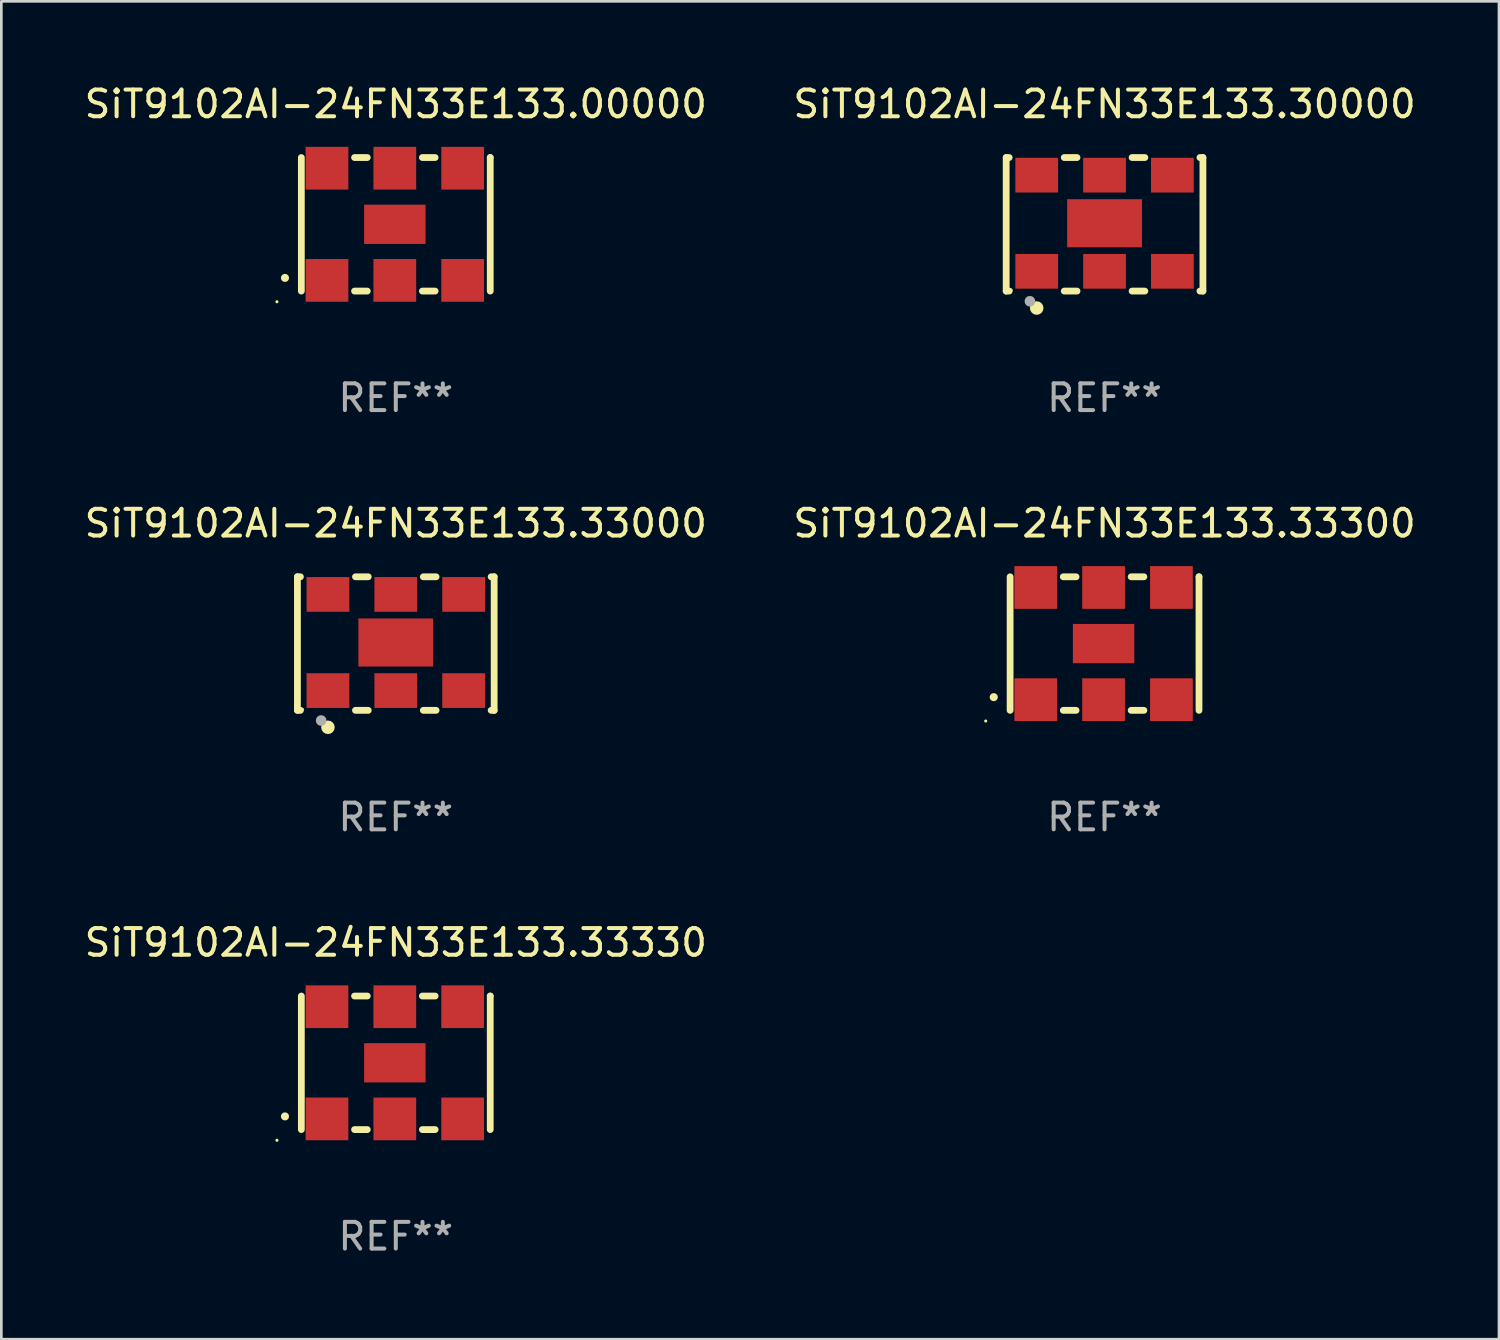
<source format=kicad_pcb>
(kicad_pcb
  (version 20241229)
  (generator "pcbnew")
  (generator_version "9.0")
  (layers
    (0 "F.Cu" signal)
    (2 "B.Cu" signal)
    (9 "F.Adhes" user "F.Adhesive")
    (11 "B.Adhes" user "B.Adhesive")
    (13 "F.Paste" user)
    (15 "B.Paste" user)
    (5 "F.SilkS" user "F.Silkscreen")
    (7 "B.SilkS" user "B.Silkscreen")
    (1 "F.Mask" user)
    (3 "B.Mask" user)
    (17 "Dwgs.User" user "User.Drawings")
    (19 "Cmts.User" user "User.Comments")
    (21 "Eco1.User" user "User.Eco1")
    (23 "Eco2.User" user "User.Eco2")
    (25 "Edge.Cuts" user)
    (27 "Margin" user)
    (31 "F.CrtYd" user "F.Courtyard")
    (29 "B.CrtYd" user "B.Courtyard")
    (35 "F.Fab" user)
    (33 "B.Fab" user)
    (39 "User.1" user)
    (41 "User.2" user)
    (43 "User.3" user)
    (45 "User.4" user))
  (footprint "SiT9102AI-24FN33E133.00000"
    (layer "F.Cu")
    (at 11.768 5.348)
    (property "Reference" "SiT9102AI-24FN33E133.00000" (at 0 -4.5 0) (layer "F.SilkS") (effects (font (size 1 1) (thickness 0.15))))
    (attr through_hole)
    (fp_line (start -3.536 -2.5) (end -3.536 2.5) (stroke (width 0.254) (type solid)) (layer "F.SilkS"))
    (fp_line (start -1.544 2.5) (end -1.067 2.5) (stroke (width 0.254) (type solid)) (layer "F.SilkS"))
    (fp_line (start -1.067 -2.5) (end -1.544 -2.5) (stroke (width 0.254) (type solid)) (layer "F.SilkS"))
    (fp_line (start 0.996 2.5) (end 1.473 2.5) (stroke (width 0.254) (type solid)) (layer "F.SilkS"))
    (fp_line (start 1.473 -2.5) (end 0.996 -2.5) (stroke (width 0.254) (type solid)) (layer "F.SilkS"))
    (fp_line (start 3.536 -2.5) (end 3.536 -2.5) (stroke (width 0.254) (type solid)) (layer "F.SilkS"))
    (fp_line (start 3.536 2.5) (end 3.536 -2.5) (stroke (width 0.254) (type solid)) (layer "F.SilkS"))
    (fp_arc (start -4.150432 2.006604) (mid -4.149162 2.006599) (end -4.147892 2.006604) (stroke (width 0.3) (type solid)) (layer "F.SilkS"))
    (fp_circle (center -4.449 2.9) (end -4.419 2.9) (stroke (width 0.06) (type solid)) (fill no) (layer "F.SilkS"))
    (fp_text user "REF**" (at 0 6.5 0) (layer "F.Fab") (effects (font (size 1 1) (thickness 0.15))))
    (pad "1" smd rect (at -2.576 2.1) (size 1.6 1.6) (layers "F.Cu" "F.Mask" "F.Paste"))
    (pad "2" smd rect (at -0.036 2.1) (size 1.6 1.6) (layers "F.Cu" "F.Mask" "F.Paste"))
    (pad "3" smd rect (at 2.504 2.1) (size 1.6 1.6) (layers "F.Cu" "F.Mask" "F.Paste"))
    (pad "4" smd rect (at 2.504 -2.1) (size 1.6 1.6) (layers "F.Cu" "F.Mask" "F.Paste"))
    (pad "5" smd rect (at -0.036 -2.1) (size 1.6 1.6) (layers "F.Cu" "F.Mask" "F.Paste"))
    (pad "6" smd rect (at -2.576 -2.1) (size 1.6 1.6) (layers "F.Cu" "F.Mask" "F.Paste"))
    (pad "7" smd rect (at -0.036 0) (size 2.3 1.47) (layers "F.Cu" "F.Mask" "F.Paste")))
  (footprint "SiT9102AI-24FN33E133.33300"
    (layer "F.Cu")
    (at 38.304 21.045)
    (property "Reference" "SiT9102AI-24FN33E133.33300" (at 0 -4.5 0) (layer "F.SilkS") (effects (font (size 1 1) (thickness 0.15))))
    (attr through_hole)
    (fp_line (start -3.536 -2.5) (end -3.536 2.5) (stroke (width 0.254) (type solid)) (layer "F.SilkS"))
    (fp_line (start -1.544 2.5) (end -1.067 2.5) (stroke (width 0.254) (type solid)) (layer "F.SilkS"))
    (fp_line (start -1.067 -2.5) (end -1.544 -2.5) (stroke (width 0.254) (type solid)) (layer "F.SilkS"))
    (fp_line (start 0.996 2.5) (end 1.473 2.5) (stroke (width 0.254) (type solid)) (layer "F.SilkS"))
    (fp_line (start 1.473 -2.5) (end 0.996 -2.5) (stroke (width 0.254) (type solid)) (layer "F.SilkS"))
    (fp_line (start 3.536 -2.5) (end 3.536 -2.5) (stroke (width 0.254) (type solid)) (layer "F.SilkS"))
    (fp_line (start 3.536 2.5) (end 3.536 -2.5) (stroke (width 0.254) (type solid)) (layer "F.SilkS"))
    (fp_arc (start -4.150432 2.006604) (mid -4.149162 2.006599) (end -4.147892 2.006604) (stroke (width 0.3) (type solid)) (layer "F.SilkS"))
    (fp_circle (center -4.449 2.9) (end -4.419 2.9) (stroke (width 0.06) (type solid)) (fill no) (layer "F.SilkS"))
    (fp_text user "REF**" (at 0 6.5 0) (layer "F.Fab") (effects (font (size 1 1) (thickness 0.15))))
    (pad "1" smd rect (at -2.576 2.1) (size 1.6 1.6) (layers "F.Cu" "F.Mask" "F.Paste"))
    (pad "2" smd rect (at -0.036 2.1) (size 1.6 1.6) (layers "F.Cu" "F.Mask" "F.Paste"))
    (pad "3" smd rect (at 2.504 2.1) (size 1.6 1.6) (layers "F.Cu" "F.Mask" "F.Paste"))
    (pad "4" smd rect (at 2.504 -2.1) (size 1.6 1.6) (layers "F.Cu" "F.Mask" "F.Paste"))
    (pad "5" smd rect (at -0.036 -2.1) (size 1.6 1.6) (layers "F.Cu" "F.Mask" "F.Paste"))
    (pad "6" smd rect (at -2.576 -2.1) (size 1.6 1.6) (layers "F.Cu" "F.Mask" "F.Paste"))
    (pad "7" smd rect (at -0.036 0) (size 2.3 1.47) (layers "F.Cu" "F.Mask" "F.Paste")))
  (footprint "SiT9102AI-24FN33E133.30000"
    (layer "F.Cu")
    (at 38.304 5.348)
    (property "Reference" "SiT9102AI-24FN33E133.30000" (at 0 -4.5 0) (layer "F.SilkS") (effects (font (size 1 1) (thickness 0.15))))
    (attr through_hole)
    (fp_line (start -3.683 -2.5) (end -3.571 -2.5) (stroke (width 0.254) (type solid)) (layer "F.SilkS"))
    (fp_line (start -3.683 2.5) (end -3.683 -2.5) (stroke (width 0.254) (type solid)) (layer "F.SilkS"))
    (fp_line (start -3.683 2.5) (end -3.571 2.5) (stroke (width 0.254) (type solid)) (layer "F.SilkS"))
    (fp_line (start -1.509 -2.5) (end -1.031 -2.5) (stroke (width 0.254) (type solid)) (layer "F.SilkS"))
    (fp_line (start -1.509 2.5) (end -1.031 2.5) (stroke (width 0.254) (type solid)) (layer "F.SilkS"))
    (fp_line (start 1.031 -2.5) (end 1.509 -2.5) (stroke (width 0.254) (type solid)) (layer "F.SilkS"))
    (fp_line (start 1.031 2.5) (end 1.509 2.5) (stroke (width 0.254) (type solid)) (layer "F.SilkS"))
    (fp_line (start 3.571 -2.5) (end 3.683 -2.5) (stroke (width 0.254) (type solid)) (layer "F.SilkS"))
    (fp_line (start 3.571 2.5) (end 3.683 2.5) (stroke (width 0.254) (type solid)) (layer "F.SilkS"))
    (fp_line (start 3.683 2.5) (end 3.683 -2.5) (stroke (width 0.254) (type solid)) (layer "F.SilkS"))
    (fp_circle (center -3.5 2.46) (end -3.47 2.46) (stroke (width 0.06) (type solid)) (fill no) (layer "F.SilkS"))
    (fp_circle (center -2.54 3.135) (end -2.413 3.135) (stroke (width 0.254) (type solid)) (fill no) (layer "F.SilkS"))
    (fp_circle (center -2.794 2.881) (end -2.694 2.881) (stroke (width 0.2) (type solid)) (fill no) (layer "F.Fab"))
    (fp_text user "REF**" (at 0 6.5 0) (layer "F.Fab") (effects (font (size 1 1) (thickness 0.15))))
    (pad "1" smd rect (at -2.54 1.76) (size 1.6 1.3) (layers "F.Cu" "F.Mask" "F.Paste"))
    (pad "2" smd rect (at 0 1.76) (size 1.6 1.3) (layers "F.Cu" "F.Mask" "F.Paste"))
    (pad "3" smd rect (at 2.54 1.76) (size 1.6 1.3) (layers "F.Cu" "F.Mask" "F.Paste"))
    (pad "4" smd rect (at 2.54 -1.84) (size 1.6 1.3) (layers "F.Cu" "F.Mask" "F.Paste"))
    (pad "5" smd rect (at 0 -1.84) (size 1.6 1.3) (layers "F.Cu" "F.Mask" "F.Paste"))
    (pad "6" smd rect (at -2.54 -1.84) (size 1.6 1.3) (layers "F.Cu" "F.Mask" "F.Paste"))
    (pad "7" smd rect (at 0 -0.04) (size 2.8 1.8) (layers "F.Cu" "F.Mask" "F.Paste")))
  (footprint "SiT9102AI-24FN33E133.33330"
    (layer "F.Cu")
    (at 11.768 36.741)
    (property "Reference" "SiT9102AI-24FN33E133.33330" (at 0 -4.5 0) (layer "F.SilkS") (effects (font (size 1 1) (thickness 0.15))))
    (attr through_hole)
    (fp_line (start -3.536 -2.5) (end -3.536 2.5) (stroke (width 0.254) (type solid)) (layer "F.SilkS"))
    (fp_line (start -1.544 2.5) (end -1.067 2.5) (stroke (width 0.254) (type solid)) (layer "F.SilkS"))
    (fp_line (start -1.067 -2.5) (end -1.544 -2.5) (stroke (width 0.254) (type solid)) (layer "F.SilkS"))
    (fp_line (start 0.996 2.5) (end 1.473 2.5) (stroke (width 0.254) (type solid)) (layer "F.SilkS"))
    (fp_line (start 1.473 -2.5) (end 0.996 -2.5) (stroke (width 0.254) (type solid)) (layer "F.SilkS"))
    (fp_line (start 3.536 -2.5) (end 3.536 -2.5) (stroke (width 0.254) (type solid)) (layer "F.SilkS"))
    (fp_line (start 3.536 2.5) (end 3.536 -2.5) (stroke (width 0.254) (type solid)) (layer "F.SilkS"))
    (fp_arc (start -4.150432 2.006604) (mid -4.149162 2.006599) (end -4.147892 2.006604) (stroke (width 0.3) (type solid)) (layer "F.SilkS"))
    (fp_circle (center -4.449 2.9) (end -4.419 2.9) (stroke (width 0.06) (type solid)) (fill no) (layer "F.SilkS"))
    (fp_text user "REF**" (at 0 6.5 0) (layer "F.Fab") (effects (font (size 1 1) (thickness 0.15))))
    (pad "1" smd rect (at -2.576 2.1) (size 1.6 1.6) (layers "F.Cu" "F.Mask" "F.Paste"))
    (pad "2" smd rect (at -0.036 2.1) (size 1.6 1.6) (layers "F.Cu" "F.Mask" "F.Paste"))
    (pad "3" smd rect (at 2.504 2.1) (size 1.6 1.6) (layers "F.Cu" "F.Mask" "F.Paste"))
    (pad "4" smd rect (at 2.504 -2.1) (size 1.6 1.6) (layers "F.Cu" "F.Mask" "F.Paste"))
    (pad "5" smd rect (at -0.036 -2.1) (size 1.6 1.6) (layers "F.Cu" "F.Mask" "F.Paste"))
    (pad "6" smd rect (at -2.576 -2.1) (size 1.6 1.6) (layers "F.Cu" "F.Mask" "F.Paste"))
    (pad "7" smd rect (at -0.036 0) (size 2.3 1.47) (layers "F.Cu" "F.Mask" "F.Paste")))
  (footprint "SiT9102AI-24FN33E133.33000"
    (layer "F.Cu")
    (at 11.768 21.045)
    (property "Reference" "SiT9102AI-24FN33E133.33000" (at 0 -4.5 0) (layer "F.SilkS") (effects (font (size 1 1) (thickness 0.15))))
    (attr through_hole)
    (fp_line (start -3.683 -2.5) (end -3.571 -2.5) (stroke (width 0.254) (type solid)) (layer "F.SilkS"))
    (fp_line (start -3.683 2.5) (end -3.683 -2.5) (stroke (width 0.254) (type solid)) (layer "F.SilkS"))
    (fp_line (start -3.683 2.5) (end -3.571 2.5) (stroke (width 0.254) (type solid)) (layer "F.SilkS"))
    (fp_line (start -1.509 -2.5) (end -1.031 -2.5) (stroke (width 0.254) (type solid)) (layer "F.SilkS"))
    (fp_line (start -1.509 2.5) (end -1.031 2.5) (stroke (width 0.254) (type solid)) (layer "F.SilkS"))
    (fp_line (start 1.031 -2.5) (end 1.509 -2.5) (stroke (width 0.254) (type solid)) (layer "F.SilkS"))
    (fp_line (start 1.031 2.5) (end 1.509 2.5) (stroke (width 0.254) (type solid)) (layer "F.SilkS"))
    (fp_line (start 3.571 -2.5) (end 3.683 -2.5) (stroke (width 0.254) (type solid)) (layer "F.SilkS"))
    (fp_line (start 3.571 2.5) (end 3.683 2.5) (stroke (width 0.254) (type solid)) (layer "F.SilkS"))
    (fp_line (start 3.683 2.5) (end 3.683 -2.5) (stroke (width 0.254) (type solid)) (layer "F.SilkS"))
    (fp_circle (center -3.5 2.46) (end -3.47 2.46) (stroke (width 0.06) (type solid)) (fill no) (layer "F.SilkS"))
    (fp_circle (center -2.54 3.135) (end -2.413 3.135) (stroke (width 0.254) (type solid)) (fill no) (layer "F.SilkS"))
    (fp_circle (center -2.794 2.881) (end -2.694 2.881) (stroke (width 0.2) (type solid)) (fill no) (layer "F.Fab"))
    (fp_text user "REF**" (at 0 6.5 0) (layer "F.Fab") (effects (font (size 1 1) (thickness 0.15))))
    (pad "1" smd rect (at -2.54 1.76) (size 1.6 1.3) (layers "F.Cu" "F.Mask" "F.Paste"))
    (pad "2" smd rect (at 0 1.76) (size 1.6 1.3) (layers "F.Cu" "F.Mask" "F.Paste"))
    (pad "3" smd rect (at 2.54 1.76) (size 1.6 1.3) (layers "F.Cu" "F.Mask" "F.Paste"))
    (pad "4" smd rect (at 2.54 -1.84) (size 1.6 1.3) (layers "F.Cu" "F.Mask" "F.Paste"))
    (pad "5" smd rect (at 0 -1.84) (size 1.6 1.3) (layers "F.Cu" "F.Mask" "F.Paste"))
    (pad "6" smd rect (at -2.54 -1.84) (size 1.6 1.3) (layers "F.Cu" "F.Mask" "F.Paste"))
    (pad "7" smd rect (at 0 -0.04) (size 2.8 1.8) (layers "F.Cu" "F.Mask" "F.Paste")))
  (gr_rect
    (start -3 -3)
    (end 53.071 47.09)
    (stroke (width 0.1) (type default))
    (fill no)
    (layer "Edge.Cuts")))
</source>
